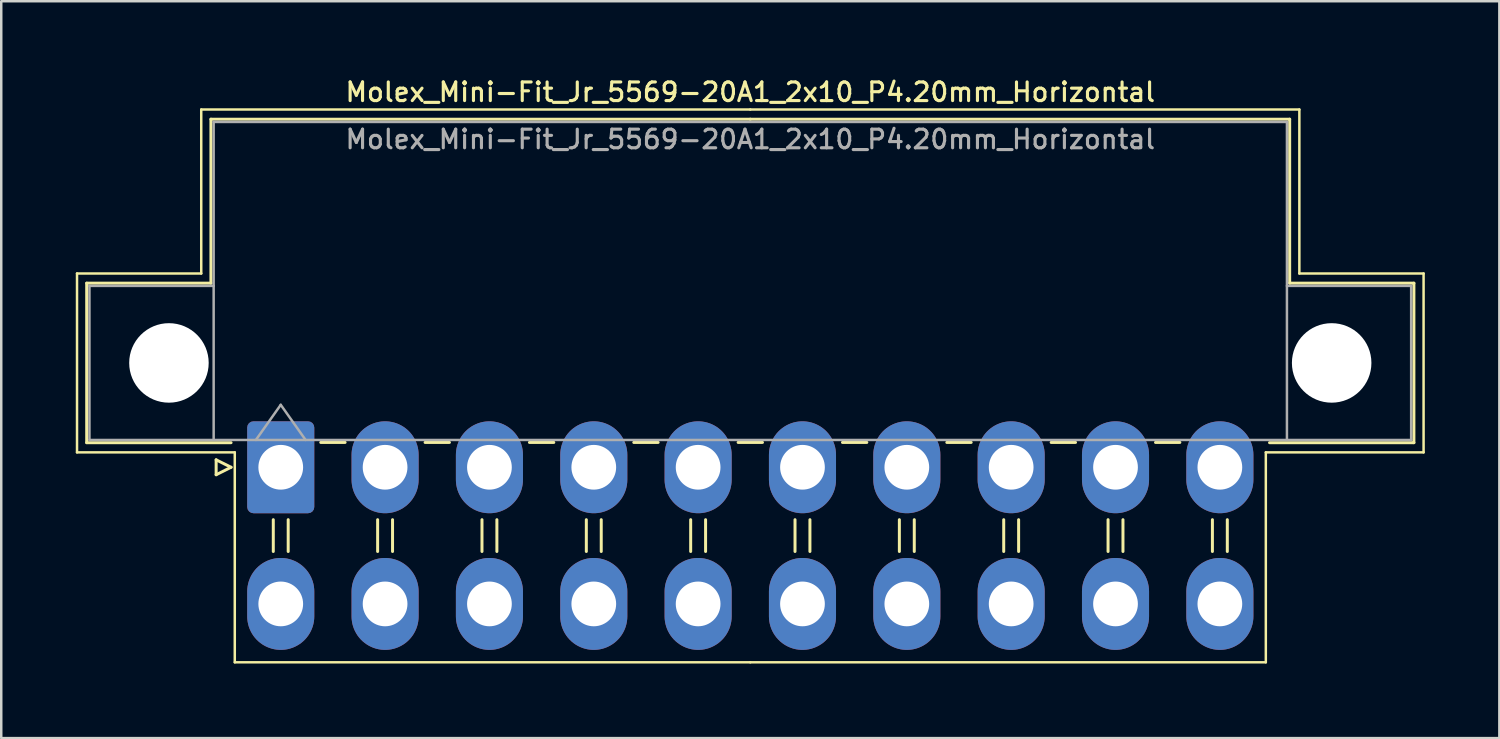
<source format=kicad_pcb>
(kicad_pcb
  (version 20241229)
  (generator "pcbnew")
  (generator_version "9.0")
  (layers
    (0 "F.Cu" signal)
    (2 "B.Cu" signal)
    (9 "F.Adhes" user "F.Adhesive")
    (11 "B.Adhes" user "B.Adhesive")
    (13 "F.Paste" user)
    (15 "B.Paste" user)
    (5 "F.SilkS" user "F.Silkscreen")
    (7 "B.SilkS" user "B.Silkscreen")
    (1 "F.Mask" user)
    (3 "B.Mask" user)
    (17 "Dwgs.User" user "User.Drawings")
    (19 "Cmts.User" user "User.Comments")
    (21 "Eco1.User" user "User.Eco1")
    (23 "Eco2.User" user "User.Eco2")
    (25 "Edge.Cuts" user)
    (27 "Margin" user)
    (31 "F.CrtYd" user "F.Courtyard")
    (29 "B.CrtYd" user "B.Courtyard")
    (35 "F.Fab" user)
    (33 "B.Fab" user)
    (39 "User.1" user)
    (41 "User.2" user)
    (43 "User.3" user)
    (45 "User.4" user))
  (footprint "Molex_Mini-Fit_Jr_5569-20A1_2x10_P4.20mm_Horizontal"
    (layer "F.Cu")
    (at 8.25 15.758)
    (property "Reference" "Molex_Mini-Fit_Jr_5569-20A1_2x10_P4.20mm_Horizontal" (at 18.9 -15.1 0) (layer "F.SilkS") (effects (font (size 0.75 0.75) (thickness 0.125))))
    (attr through_hole)
    (fp_line (start -8.2 -7.8) (end -8.2 -0.6) (stroke (width 0.1) (type solid)) (layer "F.SilkS"))
    (fp_line (start -8.2 -0.6) (end -1.85 -0.6) (stroke (width 0.1) (type solid)) (layer "F.SilkS"))
    (fp_line (start -7.81 -7.41) (end -7.81 -0.99) (stroke (width 0.12) (type solid)) (layer "F.SilkS"))
    (fp_line (start -7.81 -0.99) (end -2 -0.99) (stroke (width 0.12) (type solid)) (layer "F.SilkS"))
    (fp_line (start -3.2 -14.4) (end -3.2 -7.8) (stroke (width 0.1) (type solid)) (layer "F.SilkS"))
    (fp_line (start -3.2 -7.8) (end -8.2 -7.8) (stroke (width 0.1) (type solid)) (layer "F.SilkS"))
    (fp_line (start -2.81 -14.01) (end -2.81 -7.41) (stroke (width 0.12) (type solid)) (layer "F.SilkS"))
    (fp_line (start -2.81 -7.41) (end -7.81 -7.41) (stroke (width 0.12) (type solid)) (layer "F.SilkS"))
    (fp_line (start -2.6 -0.3) (end -2 0) (stroke (width 0.12) (type solid)) (layer "F.SilkS"))
    (fp_line (start -2.6 0.3) (end -2.6 -0.3) (stroke (width 0.12) (type solid)) (layer "F.SilkS"))
    (fp_line (start -2 0) (end -2.6 0.3) (stroke (width 0.12) (type solid)) (layer "F.SilkS"))
    (fp_line (start -1.85 -0.6) (end -1.85 7.85) (stroke (width 0.1) (type solid)) (layer "F.SilkS"))
    (fp_line (start -1.85 7.85) (end 18.9 7.85) (stroke (width 0.1) (type solid)) (layer "F.SilkS"))
    (fp_line (start -0.3 2.11) (end -0.3 3.39) (stroke (width 0.12) (type solid)) (layer "F.SilkS"))
    (fp_line (start 0.3 2.11) (end 0.3 3.39) (stroke (width 0.12) (type solid)) (layer "F.SilkS"))
    (fp_line (start 1.61 -1) (end 2.59 -1) (stroke (width 0.12) (type solid)) (layer "F.SilkS"))
    (fp_line (start 3.9 2.11) (end 3.9 3.39) (stroke (width 0.12) (type solid)) (layer "F.SilkS"))
    (fp_line (start 4.5 2.11) (end 4.5 3.39) (stroke (width 0.12) (type solid)) (layer "F.SilkS"))
    (fp_line (start 5.81 -1) (end 6.79 -1) (stroke (width 0.12) (type solid)) (layer "F.SilkS"))
    (fp_line (start 8.1 2.11) (end 8.1 3.39) (stroke (width 0.12) (type solid)) (layer "F.SilkS"))
    (fp_line (start 8.7 2.11) (end 8.7 3.39) (stroke (width 0.12) (type solid)) (layer "F.SilkS"))
    (fp_line (start 10.01 -1) (end 10.99 -1) (stroke (width 0.12) (type solid)) (layer "F.SilkS"))
    (fp_line (start 12.3 2.11) (end 12.3 3.39) (stroke (width 0.12) (type solid)) (layer "F.SilkS"))
    (fp_line (start 12.9 2.11) (end 12.9 3.39) (stroke (width 0.12) (type solid)) (layer "F.SilkS"))
    (fp_line (start 14.21 -1) (end 15.19 -1) (stroke (width 0.12) (type solid)) (layer "F.SilkS"))
    (fp_line (start 16.5 2.11) (end 16.5 3.39) (stroke (width 0.12) (type solid)) (layer "F.SilkS"))
    (fp_line (start 17.1 2.11) (end 17.1 3.39) (stroke (width 0.12) (type solid)) (layer "F.SilkS"))
    (fp_line (start 18.41 -1) (end 19.39 -1) (stroke (width 0.12) (type solid)) (layer "F.SilkS"))
    (fp_line (start 18.9 -14.4) (end -3.2 -14.4) (stroke (width 0.1) (type solid)) (layer "F.SilkS"))
    (fp_line (start 18.9 -14.4) (end 41 -14.4) (stroke (width 0.1) (type solid)) (layer "F.SilkS"))
    (fp_line (start 18.9 -14.01) (end -2.81 -14.01) (stroke (width 0.12) (type solid)) (layer "F.SilkS"))
    (fp_line (start 18.9 -14.01) (end 40.61 -14.01) (stroke (width 0.12) (type solid)) (layer "F.SilkS"))
    (fp_line (start 20.7 2.11) (end 20.7 3.39) (stroke (width 0.12) (type solid)) (layer "F.SilkS"))
    (fp_line (start 21.3 2.11) (end 21.3 3.39) (stroke (width 0.12) (type solid)) (layer "F.SilkS"))
    (fp_line (start 22.61 -1) (end 23.59 -1) (stroke (width 0.12) (type solid)) (layer "F.SilkS"))
    (fp_line (start 24.9 2.11) (end 24.9 3.39) (stroke (width 0.12) (type solid)) (layer "F.SilkS"))
    (fp_line (start 25.5 2.11) (end 25.5 3.39) (stroke (width 0.12) (type solid)) (layer "F.SilkS"))
    (fp_line (start 26.81 -1) (end 27.79 -1) (stroke (width 0.12) (type solid)) (layer "F.SilkS"))
    (fp_line (start 29.1 2.11) (end 29.1 3.39) (stroke (width 0.12) (type solid)) (layer "F.SilkS"))
    (fp_line (start 29.7 2.11) (end 29.7 3.39) (stroke (width 0.12) (type solid)) (layer "F.SilkS"))
    (fp_line (start 31.01 -1) (end 31.99 -1) (stroke (width 0.12) (type solid)) (layer "F.SilkS"))
    (fp_line (start 33.3 2.11) (end 33.3 3.39) (stroke (width 0.12) (type solid)) (layer "F.SilkS"))
    (fp_line (start 33.9 2.11) (end 33.9 3.39) (stroke (width 0.12) (type solid)) (layer "F.SilkS"))
    (fp_line (start 35.21 -1) (end 36.19 -1) (stroke (width 0.12) (type solid)) (layer "F.SilkS"))
    (fp_line (start 37.5 2.11) (end 37.5 3.39) (stroke (width 0.12) (type solid)) (layer "F.SilkS"))
    (fp_line (start 38.1 2.11) (end 38.1 3.39) (stroke (width 0.12) (type solid)) (layer "F.SilkS"))
    (fp_line (start 39.65 -0.6) (end 39.65 7.85) (stroke (width 0.1) (type solid)) (layer "F.SilkS"))
    (fp_line (start 39.65 7.85) (end 18.9 7.85) (stroke (width 0.1) (type solid)) (layer "F.SilkS"))
    (fp_line (start 40.61 -14.01) (end 40.61 -7.41) (stroke (width 0.12) (type solid)) (layer "F.SilkS"))
    (fp_line (start 40.61 -7.41) (end 45.61 -7.41) (stroke (width 0.12) (type solid)) (layer "F.SilkS"))
    (fp_line (start 41 -14.4) (end 41 -7.8) (stroke (width 0.1) (type solid)) (layer "F.SilkS"))
    (fp_line (start 41 -7.8) (end 46 -7.8) (stroke (width 0.1) (type solid)) (layer "F.SilkS"))
    (fp_line (start 45.61 -7.41) (end 45.61 -0.99) (stroke (width 0.12) (type solid)) (layer "F.SilkS"))
    (fp_line (start 45.61 -0.99) (end 39.8 -0.99) (stroke (width 0.12) (type solid)) (layer "F.SilkS"))
    (fp_line (start 46 -7.8) (end 46 -0.6) (stroke (width 0.1) (type solid)) (layer "F.SilkS"))
    (fp_line (start 46 -0.6) (end 39.65 -0.6) (stroke (width 0.1) (type solid)) (layer "F.SilkS"))
    (fp_line (start -7.7 -7.3) (end -7.7 -1.1) (stroke (width 0.1) (type solid)) (layer "F.Fab"))
    (fp_line (start -7.7 -1.1) (end -2.7 -1.1) (stroke (width 0.1) (type solid)) (layer "F.Fab"))
    (fp_line (start -2.7 -13.9) (end -2.7 -1.1) (stroke (width 0.1) (type solid)) (layer "F.Fab"))
    (fp_line (start -2.7 -7.3) (end -7.7 -7.3) (stroke (width 0.1) (type solid)) (layer "F.Fab"))
    (fp_line (start -2.7 -1.1) (end 40.5 -1.1) (stroke (width 0.1) (type solid)) (layer "F.Fab"))
    (fp_line (start -1 -1.1) (end 0 -2.514) (stroke (width 0.1) (type solid)) (layer "F.Fab"))
    (fp_line (start 0 -2.514) (end 1 -1.1) (stroke (width 0.1) (type solid)) (layer "F.Fab"))
    (fp_line (start 40.5 -13.9) (end -2.7 -13.9) (stroke (width 0.1) (type solid)) (layer "F.Fab"))
    (fp_line (start 40.5 -7.3) (end 45.5 -7.3) (stroke (width 0.1) (type solid)) (layer "F.Fab"))
    (fp_line (start 40.5 -1.1) (end 40.5 -13.9) (stroke (width 0.1) (type solid)) (layer "F.Fab"))
    (fp_line (start 45.5 -7.3) (end 45.5 -1.1) (stroke (width 0.1) (type solid)) (layer "F.Fab"))
    (fp_line (start 45.5 -1.1) (end 40.5 -1.1) (stroke (width 0.1) (type solid)) (layer "F.Fab"))
    (fp_text user "${REFERENCE}" (at 18.9 -13.2 0) (layer "F.Fab") (effects (font (size 0.75 0.75) (thickness 0.125))))
    (pad "" np_thru_hole circle (at -4.5 -4.2) (size 3.2 3.2) (drill 3.2) (layers "*.Cu" "*.Mask"))
    (pad "" np_thru_hole circle (at 42.3 -4.2) (size 3.2 3.2) (drill 3.2) (layers "*.Cu" "*.Mask"))
    (pad "1" thru_hole roundrect (at 0 0) (size 2.7 3.7) (drill 1.8) (layers "*.Cu" "*.Mask") (roundrect_rratio 0.093))
    (pad "2" thru_hole oval (at 4.2 0) (size 2.7 3.7) (drill 1.8) (layers "*.Cu" "*.Mask"))
    (pad "3" thru_hole oval (at 8.4 0) (size 2.7 3.7) (drill 1.8) (layers "*.Cu" "*.Mask"))
    (pad "4" thru_hole oval (at 12.6 0) (size 2.7 3.7) (drill 1.8) (layers "*.Cu" "*.Mask"))
    (pad "5" thru_hole oval (at 16.8 0) (size 2.7 3.7) (drill 1.8) (layers "*.Cu" "*.Mask"))
    (pad "6" thru_hole oval (at 21 0) (size 2.7 3.7) (drill 1.8) (layers "*.Cu" "*.Mask"))
    (pad "7" thru_hole oval (at 25.2 0) (size 2.7 3.7) (drill 1.8) (layers "*.Cu" "*.Mask"))
    (pad "8" thru_hole oval (at 29.4 0) (size 2.7 3.7) (drill 1.8) (layers "*.Cu" "*.Mask"))
    (pad "9" thru_hole oval (at 33.6 0) (size 2.7 3.7) (drill 1.8) (layers "*.Cu" "*.Mask"))
    (pad "10" thru_hole oval (at 37.8 0) (size 2.7 3.7) (drill 1.8) (layers "*.Cu" "*.Mask"))
    (pad "11" thru_hole oval (at 0 5.5) (size 2.7 3.7) (drill 1.8) (layers "*.Cu" "*.Mask"))
    (pad "12" thru_hole oval (at 4.2 5.5) (size 2.7 3.7) (drill 1.8) (layers "*.Cu" "*.Mask"))
    (pad "13" thru_hole oval (at 8.4 5.5) (size 2.7 3.7) (drill 1.8) (layers "*.Cu" "*.Mask"))
    (pad "14" thru_hole oval (at 12.6 5.5) (size 2.7 3.7) (drill 1.8) (layers "*.Cu" "*.Mask"))
    (pad "15" thru_hole oval (at 16.8 5.5) (size 2.7 3.7) (drill 1.8) (layers "*.Cu" "*.Mask"))
    (pad "16" thru_hole oval (at 21 5.5) (size 2.7 3.7) (drill 1.8) (layers "*.Cu" "*.Mask"))
    (pad "17" thru_hole oval (at 25.2 5.5) (size 2.7 3.7) (drill 1.8) (layers "*.Cu" "*.Mask"))
    (pad "18" thru_hole oval (at 29.4 5.5) (size 2.7 3.7) (drill 1.8) (layers "*.Cu" "*.Mask"))
    (pad "19" thru_hole oval (at 33.6 5.5) (size 2.7 3.7) (drill 1.8) (layers "*.Cu" "*.Mask"))
    (pad "20" thru_hole oval (at 37.8 5.5) (size 2.7 3.7) (drill 1.8) (layers "*.Cu" "*.Mask")))
  (gr_rect
    (start -3 -3)
    (end 57.3 26.658)
    (stroke (width 0.1) (type default))
    (fill no)
    (layer "Edge.Cuts")))
</source>
